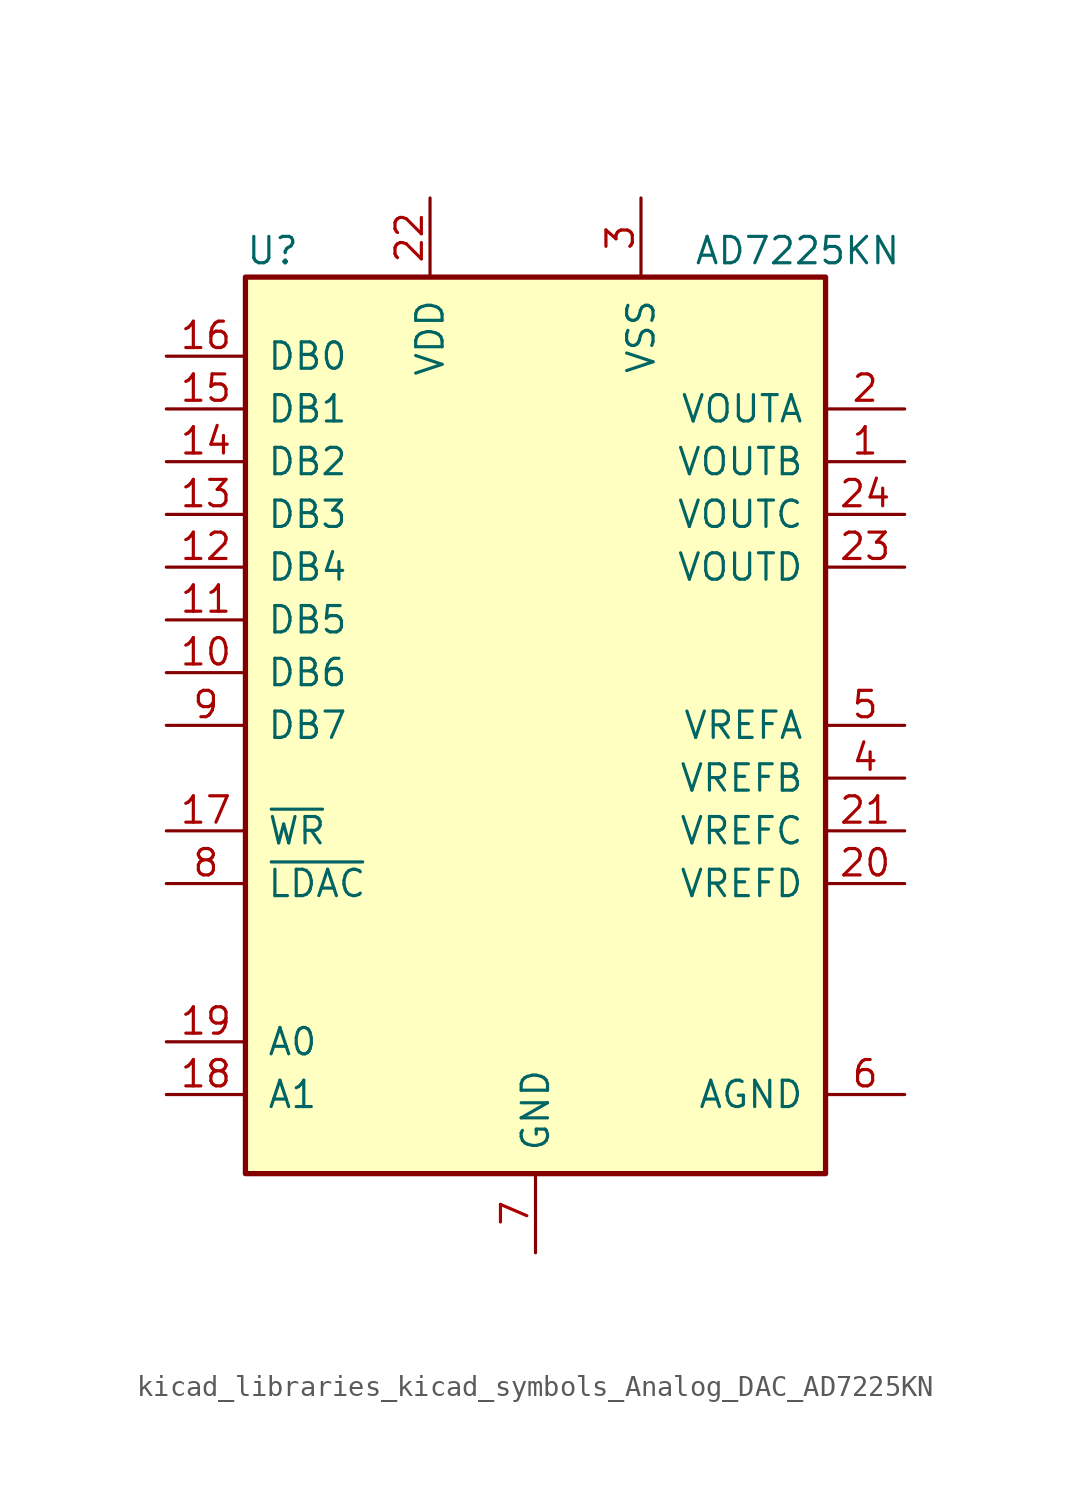
<source format=kicad_sym>
(kicad_symbol_lib
  (version 20220914)
  (generator kicad_symbol_editor)
  (symbol "kicad_libraries_kicad_symbols_Analog_DAC_AD7225KN"
    (pin_names
      (offset 1.016))
    (property "Reference" "U"
      (at -13.97 22.86 0)
      (effects (font (size 1.27 1.27)) (justify left)))
    (property "Value" "AD7225KN"
      (at 7.62 22.86 0)
      (effects (font (size 1.27 1.27)) (justify left)))
    (symbol "kicad_libraries_kicad_symbols_Analog_DAC_AD7225KN_0_1"
      (rectangle (start -13.97 -21.59) (end 13.97 21.59) (stroke (width 0.254) (type default)) (fill (type background))))
    (symbol "kicad_libraries_kicad_symbols_Analog_DAC_AD7225KN_1_1"
      (pin output line (at 17.78 12.7 180) (length 3.81) (name "VOUTB" (effects (font (size 1.27 1.27)))) (number "1" (effects (font (size 1.27 1.27)))))
      (pin input line (at -17.78 2.54 0) (length 3.81) (name "DB6" (effects (font (size 1.27 1.27)))) (number "10" (effects (font (size 1.27 1.27)))))
      (pin input line (at -17.78 5.08 0) (length 3.81) (name "DB5" (effects (font (size 1.27 1.27)))) (number "11" (effects (font (size 1.27 1.27)))))
      (pin input line (at -17.78 7.62 0) (length 3.81) (name "DB4" (effects (font (size 1.27 1.27)))) (number "12" (effects (font (size 1.27 1.27)))))
      (pin input line (at -17.78 10.16 0) (length 3.81) (name "DB3" (effects (font (size 1.27 1.27)))) (number "13" (effects (font (size 1.27 1.27)))))
      (pin input line (at -17.78 12.7 0) (length 3.81) (name "DB2" (effects (font (size 1.27 1.27)))) (number "14" (effects (font (size 1.27 1.27)))))
      (pin input line (at -17.78 15.24 0) (length 3.81) (name "DB1" (effects (font (size 1.27 1.27)))) (number "15" (effects (font (size 1.27 1.27)))))
      (pin input line (at -17.78 17.78 0) (length 3.81) (name "DB0" (effects (font (size 1.27 1.27)))) (number "16" (effects (font (size 1.27 1.27)))))
      (pin input line (at -17.78 -5.08 0) (length 3.81) (name "~{WR}" (effects (font (size 1.27 1.27)))) (number "17" (effects (font (size 1.27 1.27)))))
      (pin input line (at -17.78 -17.78 0) (length 3.81) (name "A1" (effects (font (size 1.27 1.27)))) (number "18" (effects (font (size 1.27 1.27)))))
      (pin input line (at -17.78 -15.24 0) (length 3.81) (name "A0" (effects (font (size 1.27 1.27)))) (number "19" (effects (font (size 1.27 1.27)))))
      (pin output line (at 17.78 15.24 180) (length 3.81) (name "VOUTA" (effects (font (size 1.27 1.27)))) (number "2" (effects (font (size 1.27 1.27)))))
      (pin input line (at 17.78 -7.62 180) (length 3.81) (name "VREFD" (effects (font (size 1.27 1.27)))) (number "20" (effects (font (size 1.27 1.27)))))
      (pin input line (at 17.78 -5.08 180) (length 3.81) (name "VREFC" (effects (font (size 1.27 1.27)))) (number "21" (effects (font (size 1.27 1.27)))))
      (pin power_in line (at -5.08 25.4 270) (length 3.81) (name "VDD" (effects (font (size 1.27 1.27)))) (number "22" (effects (font (size 1.27 1.27)))))
      (pin output line (at 17.78 7.62 180) (length 3.81) (name "VOUTD" (effects (font (size 1.27 1.27)))) (number "23" (effects (font (size 1.27 1.27)))))
      (pin output line (at 17.78 10.16 180) (length 3.81) (name "VOUTC" (effects (font (size 1.27 1.27)))) (number "24" (effects (font (size 1.27 1.27)))))
      (pin power_in line (at 5.08 25.4 270) (length 3.81) (name "VSS" (effects (font (size 1.27 1.27)))) (number "3" (effects (font (size 1.27 1.27)))))
      (pin input line (at 17.78 -2.54 180) (length 3.81) (name "VREFB" (effects (font (size 1.27 1.27)))) (number "4" (effects (font (size 1.27 1.27)))))
      (pin input line (at 17.78 0 180) (length 3.81) (name "VREFA" (effects (font (size 1.27 1.27)))) (number "5" (effects (font (size 1.27 1.27)))))
      (pin input line (at 17.78 -17.78 180) (length 3.81) (name "AGND" (effects (font (size 1.27 1.27)))) (number "6" (effects (font (size 1.27 1.27)))))
      (pin power_in line (at 0 -25.4 90) (length 3.81) (name "GND" (effects (font (size 1.27 1.27)))) (number "7" (effects (font (size 1.27 1.27)))))
      (pin input line (at -17.78 -7.62 0) (length 3.81) (name "~{LDAC}" (effects (font (size 1.27 1.27)))) (number "8" (effects (font (size 1.27 1.27)))))
      (pin input line (at -17.78 0 0) (length 3.81) (name "DB7" (effects (font (size 1.27 1.27)))) (number "9" (effects (font (size 1.27 1.27))))))))
</source>
